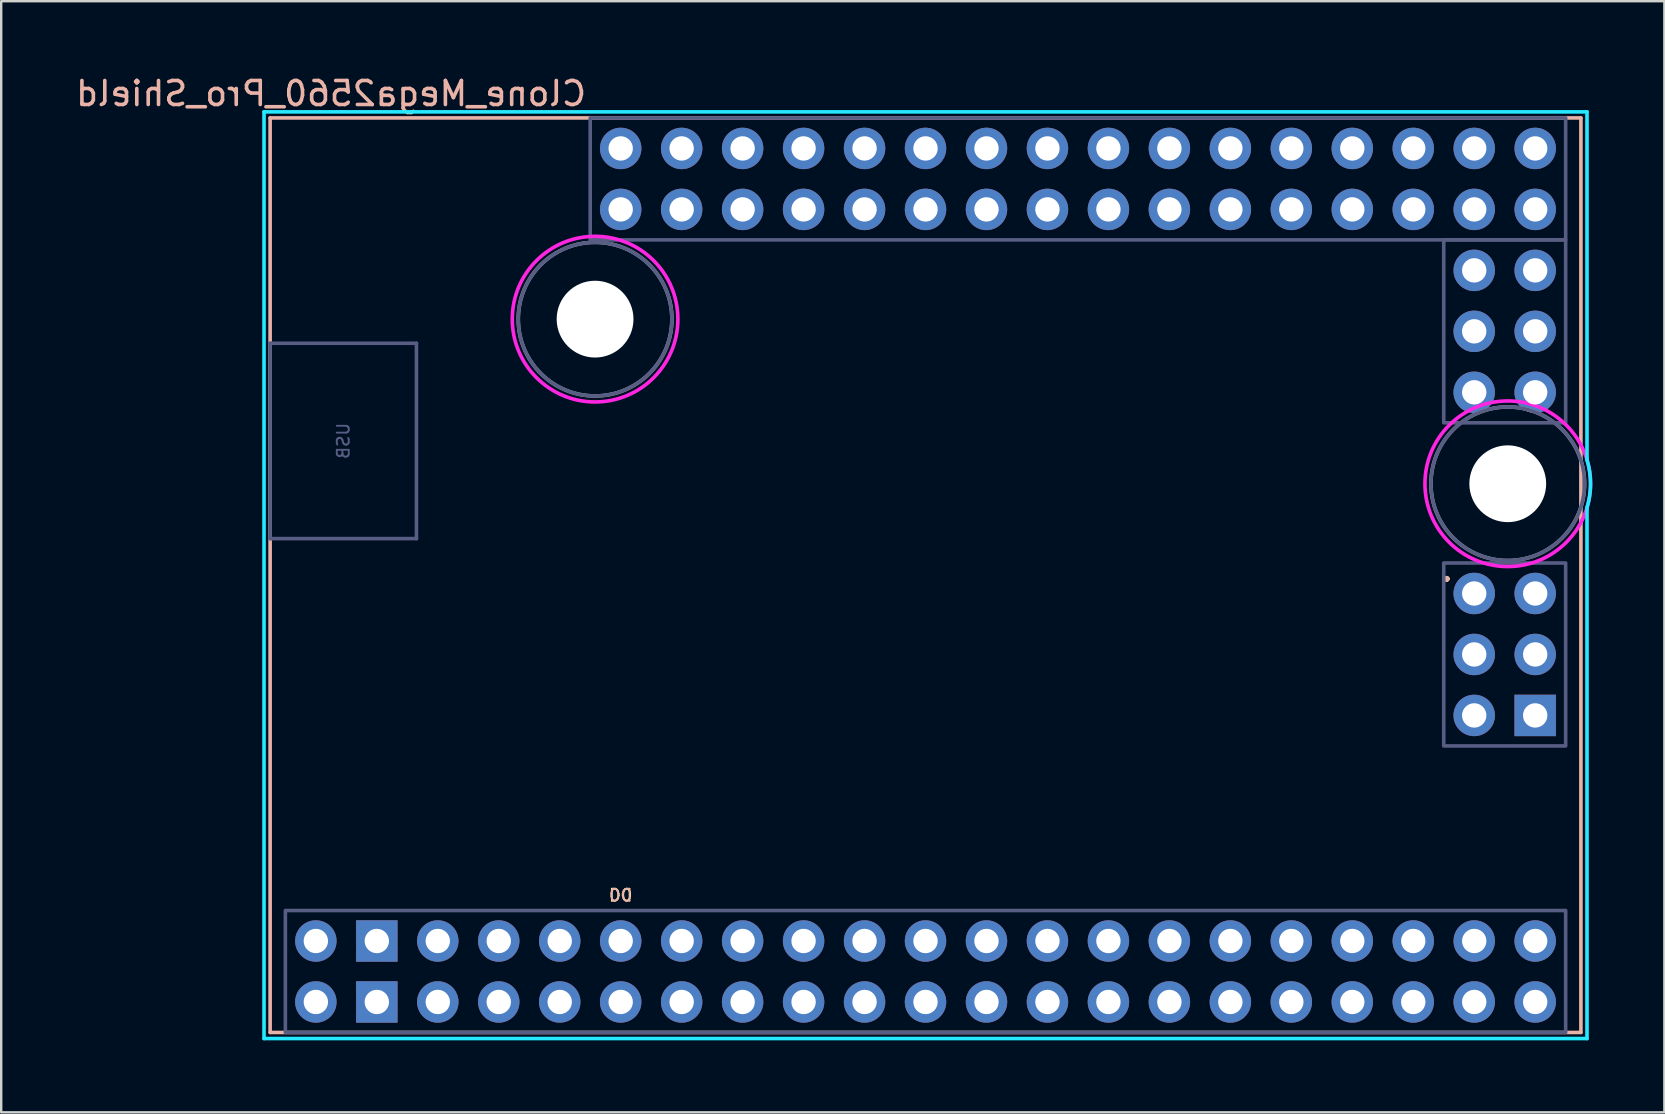
<source format=kicad_pcb>
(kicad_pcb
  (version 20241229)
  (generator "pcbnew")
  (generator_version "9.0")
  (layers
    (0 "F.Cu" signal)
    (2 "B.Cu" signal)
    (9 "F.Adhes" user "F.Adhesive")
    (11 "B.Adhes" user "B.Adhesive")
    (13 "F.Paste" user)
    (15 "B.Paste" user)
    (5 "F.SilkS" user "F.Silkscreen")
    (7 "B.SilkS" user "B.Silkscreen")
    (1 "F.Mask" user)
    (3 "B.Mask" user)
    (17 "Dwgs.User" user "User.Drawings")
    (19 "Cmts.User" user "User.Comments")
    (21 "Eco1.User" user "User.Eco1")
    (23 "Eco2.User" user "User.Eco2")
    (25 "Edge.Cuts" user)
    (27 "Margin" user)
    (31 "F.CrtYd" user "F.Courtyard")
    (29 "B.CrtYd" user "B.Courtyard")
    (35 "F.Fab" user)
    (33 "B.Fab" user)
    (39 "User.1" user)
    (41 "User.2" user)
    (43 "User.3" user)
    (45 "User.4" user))
  (footprint "Clone_Mega2560_Pro_Shield"
    (layer "F.Cu")
    (at 8.204 1.864)
    (property "Reference" "Clone_Mega2560_Pro_Shield" (at 2.54 -1.016 0) (layer "B.SilkS") (effects (font (size 1 1) (thickness 0.15)) (justify mirror)))
    (attr through_hole)
    (fp_line (start 0 0) (end 0 38.1) (stroke (width 0.15) (type solid)) (layer "B.SilkS"))
    (fp_line (start 0 0) (end 54.61 0) (stroke (width 0.15) (type solid)) (layer "B.SilkS"))
    (fp_line (start 0 38.1) (end 54.61 38.1) (stroke (width 0.15) (type solid)) (layer "B.SilkS"))
    (fp_line (start 54.61 0) (end 54.61 38.1) (stroke (width 0.15) (type solid)) (layer "B.SilkS"))
    (fp_line (start -0.254 38.354) (end -0.254 -0.254) (stroke (width 0.15) (type solid)) (layer "B.CrtYd"))
    (fp_line (start 54.864 -0.254) (end -0.254 -0.254) (stroke (width 0.15) (type solid)) (layer "B.CrtYd"))
    (fp_line (start 54.864 14.242) (end 54.864 -0.254) (stroke (width 0.15) (type solid)) (layer "B.CrtYd"))
    (fp_line (start 54.864 38.354) (end -0.254 38.354) (stroke (width 0.15) (type solid)) (layer "B.CrtYd"))
    (fp_line (start 54.864 38.354) (end 54.864 16.237) (stroke (width 0.15) (type solid)) (layer "B.CrtYd"))
    (fp_arc (start 54.864 14.242) (mid 55.011742 15.2395) (end 54.864 16.237) (stroke (width 0.15) (type solid)) (layer "B.CrtYd"))
    (fp_circle (center 13.538 8.382) (end 16.988 8.382) (stroke (width 0.15) (type solid)) (fill no) (layer "F.CrtYd"))
    (fp_circle (center 51.562 15.24) (end 55.012 15.24) (stroke (width 0.15) (type solid)) (fill no) (layer "F.CrtYd"))
    (fp_line (start 0 9.386) (end 6.096 9.386) (stroke (width 0.15) (type solid)) (layer "B.Fab"))
    (fp_line (start 0 17.526) (end 0 9.386) (stroke (width 0.15) (type solid)) (layer "B.Fab"))
    (fp_line (start 6.096 17.526) (end 0 17.526) (stroke (width 0.15) (type solid)) (layer "B.Fab"))
    (fp_line (start 6.096 17.526) (end 6.096 9.386) (stroke (width 0.15) (type solid)) (layer "B.Fab"))
    (fp_rect (start 0.635 33.02) (end 53.975 38.1) (stroke (width 0.15) (type solid)) (fill no) (layer "B.Fab"))
    (fp_rect (start 13.335 0) (end 53.975 5.08) (stroke (width 0.15) (type solid)) (fill no) (layer "B.Fab"))
    (fp_rect (start 48.895 5.08) (end 53.975 12.7) (stroke (width 0.15) (type solid)) (fill no) (layer "B.Fab"))
    (fp_rect (start 48.895 18.542) (end 53.975 26.162) (stroke (width 0.15) (type solid)) (fill no) (layer "B.Fab"))
    (fp_circle (center 13.538 8.382) (end 16.738 8.382) (stroke (width 0.15) (type solid)) (fill no) (layer "B.Fab"))
    (fp_circle (center 51.562 15.24) (end 54.762 15.24) (stroke (width 0.15) (type solid)) (fill no) (layer "B.Fab"))
    (fp_circle (center 13.538 8.382) (end 16.738 8.382) (stroke (width 0.15) (type solid)) (fill no) (layer "F.Fab"))
    (fp_circle (center 51.562 15.24) (end 54.762 15.24) (stroke (width 0.15) (type solid)) (fill no) (layer "F.Fab"))
    (fp_text user "." (at 49.022 18.796 0) (layer "F.SilkS") (effects (font (size 1 1) (thickness 0.15))))
    (fp_text user "D0" (at 14.605 32.385 0) (unlocked yes) (layer "F.SilkS") (effects (font (size 0.5 0.5) (thickness 0.075))))
    (fp_text user "D0" (at 14.605 32.385 0) (unlocked yes) (layer "B.SilkS") (effects (font (size 0.5 0.5) (thickness 0.075)) (justify mirror)))
    (fp_text user "." (at 49.022 18.796 0) (layer "B.SilkS") (effects (font (size 1 1) (thickness 0.15))))
    (fp_text user "USB" (at 3.048 13.456 270) (layer "B.Fab") (effects (font (size 0.5 0.5) (thickness 0.075)) (justify mirror)))
    (pad "" np_thru_hole circle (at 13.538 8.382) (size 3.2 3.2) (drill 3.2) (layers "*.Cu" "*.Mask"))
    (pad "" np_thru_hole circle (at 51.562 15.24) (size 3.2 3.2) (drill 3.2) (layers "*.Cu" "*.Mask"))
    (pad "3V31" thru_hole oval (at 9.525 34.29) (size 1.727 1.727) (drill 1.016) (layers "*.Cu" "*.Mask"))
    (pad "3V32" thru_hole oval (at 9.525 36.83) (size 1.727 1.727) (drill 1.016) (layers "*.Cu" "*.Mask"))
    (pad "5V1" thru_hole oval (at 6.985 34.29) (size 1.727 1.727) (drill 1.016) (layers "*.Cu" "*.Mask"))
    (pad "5V2" thru_hole oval (at 52.705 19.812) (size 1.727 1.727) (drill 1.016) (layers "*.Cu" "*.Mask"))
    (pad "5V3" thru_hole oval (at 6.985 36.83) (size 1.727 1.727) (drill 1.016) (layers "*.Cu" "*.Mask"))
    (pad "A0" thru_hole oval (at 14.605 1.27) (size 1.727 1.727) (drill 1.016) (layers "*.Cu" "*.Mask"))
    (pad "A1" thru_hole oval (at 14.605 3.81) (size 1.727 1.727) (drill 1.016) (layers "*.Cu" "*.Mask"))
    (pad "A2" thru_hole oval (at 17.145 1.27) (size 1.727 1.727) (drill 1.016) (layers "*.Cu" "*.Mask"))
    (pad "A3" thru_hole oval (at 17.145 3.81) (size 1.727 1.727) (drill 1.016) (layers "*.Cu" "*.Mask"))
    (pad "A4" thru_hole oval (at 19.685 1.27) (size 1.727 1.727) (drill 1.016) (layers "*.Cu" "*.Mask"))
    (pad "A5" thru_hole oval (at 19.685 3.81) (size 1.727 1.727) (drill 1.016) (layers "*.Cu" "*.Mask"))
    (pad "A6" thru_hole oval (at 22.225 1.27) (size 1.727 1.727) (drill 1.016) (layers "*.Cu" "*.Mask"))
    (pad "A7" thru_hole oval (at 22.225 3.81) (size 1.727 1.727) (drill 1.016) (layers "*.Cu" "*.Mask"))
    (pad "A8" thru_hole oval (at 24.765 1.27) (size 1.727 1.727) (drill 1.016) (layers "*.Cu" "*.Mask"))
    (pad "A9" thru_hole oval (at 24.765 3.81) (size 1.727 1.727) (drill 1.016) (layers "*.Cu" "*.Mask"))
    (pad "A10" thru_hole oval (at 27.305 1.27) (size 1.727 1.727) (drill 1.016) (layers "*.Cu" "*.Mask"))
    (pad "A11" thru_hole oval (at 27.305 3.81) (size 1.727 1.727) (drill 1.016) (layers "*.Cu" "*.Mask"))
    (pad "A12" thru_hole oval (at 29.845 1.27) (size 1.727 1.727) (drill 1.016) (layers "*.Cu" "*.Mask"))
    (pad "A13" thru_hole oval (at 29.845 3.81) (size 1.727 1.727) (drill 1.016) (layers "*.Cu" "*.Mask"))
    (pad "A14" thru_hole oval (at 32.385 1.27) (size 1.727 1.727) (drill 1.016) (layers "*.Cu" "*.Mask"))
    (pad "A15" thru_hole oval (at 32.385 3.81) (size 1.727 1.727) (drill 1.016) (layers "*.Cu" "*.Mask"))
    (pad "AREF" thru_hole oval (at 12.065 34.29) (size 1.727 1.727) (drill 1.016) (layers "*.Cu" "*.Mask"))
    (pad "D0" thru_hole oval (at 14.605 34.29) (size 1.727 1.727) (drill 1.016) (layers "*.Cu" "*.Mask"))
    (pad "D1" thru_hole oval (at 14.605 36.83) (size 1.727 1.727) (drill 1.016) (layers "*.Cu" "*.Mask"))
    (pad "D2" thru_hole oval (at 17.145 34.29) (size 1.727 1.727) (drill 1.016) (layers "*.Cu" "*.Mask"))
    (pad "D3" thru_hole oval (at 17.145 36.83) (size 1.727 1.727) (drill 1.016) (layers "*.Cu" "*.Mask"))
    (pad "D4" thru_hole oval (at 19.685 34.29) (size 1.727 1.727) (drill 1.016) (layers "*.Cu" "*.Mask"))
    (pad "D5" thru_hole oval (at 19.685 36.83) (size 1.727 1.727) (drill 1.016) (layers "*.Cu" "*.Mask"))
    (pad "D6" thru_hole oval (at 22.225 34.29) (size 1.727 1.727) (drill 1.016) (layers "*.Cu" "*.Mask"))
    (pad "D7" thru_hole oval (at 22.225 36.83) (size 1.727 1.727) (drill 1.016) (layers "*.Cu" "*.Mask"))
    (pad "D8" thru_hole oval (at 24.765 34.29) (size 1.727 1.727) (drill 1.016) (layers "*.Cu" "*.Mask"))
    (pad "D9" thru_hole oval (at 24.765 36.83) (size 1.727 1.727) (drill 1.016) (layers "*.Cu" "*.Mask"))
    (pad "D10" thru_hole oval (at 27.305 34.29) (size 1.727 1.727) (drill 1.016) (layers "*.Cu" "*.Mask"))
    (pad "D11" thru_hole oval (at 27.305 36.83) (size 1.727 1.727) (drill 1.016) (layers "*.Cu" "*.Mask"))
    (pad "D12" thru_hole oval (at 29.845 34.29) (size 1.727 1.727) (drill 1.016) (layers "*.Cu" "*.Mask"))
    (pad "D13" thru_hole oval (at 29.845 36.83) (size 1.727 1.727) (drill 1.016) (layers "*.Cu" "*.Mask"))
    (pad "D14" thru_hole oval (at 32.385 34.29) (size 1.727 1.727) (drill 1.016) (layers "*.Cu" "*.Mask"))
    (pad "D15" thru_hole oval (at 32.385 36.83) (size 1.727 1.727) (drill 1.016) (layers "*.Cu" "*.Mask"))
    (pad "D16" thru_hole oval (at 34.925 34.29) (size 1.727 1.727) (drill 1.016) (layers "*.Cu" "*.Mask"))
    (pad "D17" thru_hole oval (at 34.925 36.83) (size 1.727 1.727) (drill 1.016) (layers "*.Cu" "*.Mask"))
    (pad "D18" thru_hole oval (at 37.465 34.29) (size 1.727 1.727) (drill 1.016) (layers "*.Cu" "*.Mask"))
    (pad "D19" thru_hole oval (at 37.465 36.83) (size 1.727 1.727) (drill 1.016) (layers "*.Cu" "*.Mask"))
    (pad "D20" thru_hole oval (at 40.005 34.29) (size 1.727 1.727) (drill 1.016) (layers "*.Cu" "*.Mask"))
    (pad "D21" thru_hole oval (at 40.005 36.83) (size 1.727 1.727) (drill 1.016) (layers "*.Cu" "*.Mask"))
    (pad "D22" thru_hole oval (at 42.545 34.29) (size 1.727 1.727) (drill 1.016) (layers "*.Cu" "*.Mask"))
    (pad "D23" thru_hole oval (at 42.545 36.83) (size 1.727 1.727) (drill 1.016) (layers "*.Cu" "*.Mask"))
    (pad "D24" thru_hole oval (at 45.085 34.29) (size 1.727 1.727) (drill 1.016) (layers "*.Cu" "*.Mask"))
    (pad "D25" thru_hole oval (at 45.085 36.83) (size 1.727 1.727) (drill 1.016) (layers "*.Cu" "*.Mask"))
    (pad "D26" thru_hole oval (at 47.625 34.29) (size 1.727 1.727) (drill 1.016) (layers "*.Cu" "*.Mask"))
    (pad "D27" thru_hole oval (at 47.625 36.83) (size 1.727 1.727) (drill 1.016) (layers "*.Cu" "*.Mask"))
    (pad "D28" thru_hole oval (at 50.165 34.29) (size 1.727 1.727) (drill 1.016) (layers "*.Cu" "*.Mask"))
    (pad "D29" thru_hole oval (at 50.165 36.83) (size 1.727 1.727) (drill 1.016) (layers "*.Cu" "*.Mask"))
    (pad "D30" thru_hole oval (at 52.705 34.29) (size 1.727 1.727) (drill 1.016) (layers "*.Cu" "*.Mask"))
    (pad "D31" thru_hole oval (at 52.705 36.83) (size 1.727 1.727) (drill 1.016) (layers "*.Cu" "*.Mask"))
    (pad "D32" thru_hole oval (at 34.925 1.27) (size 1.727 1.727) (drill 1.016) (layers "*.Cu" "*.Mask"))
    (pad "D33" thru_hole oval (at 34.925 3.81) (size 1.727 1.727) (drill 1.016) (layers "*.Cu" "*.Mask"))
    (pad "D34" thru_hole oval (at 37.465 1.27) (size 1.727 1.727) (drill 1.016) (layers "*.Cu" "*.Mask"))
    (pad "D35" thru_hole oval (at 37.465 3.81) (size 1.727 1.727) (drill 1.016) (layers "*.Cu" "*.Mask"))
    (pad "D36" thru_hole oval (at 40.005 1.27) (size 1.727 1.727) (drill 1.016) (layers "*.Cu" "*.Mask"))
    (pad "D37" thru_hole oval (at 40.005 3.81) (size 1.727 1.727) (drill 1.016) (layers "*.Cu" "*.Mask"))
    (pad "D38" thru_hole oval (at 42.545 1.27) (size 1.727 1.727) (drill 1.016) (layers "*.Cu" "*.Mask"))
    (pad "D39" thru_hole oval (at 42.545 3.81) (size 1.727 1.727) (drill 1.016) (layers "*.Cu" "*.Mask"))
    (pad "D40" thru_hole oval (at 45.085 1.27) (size 1.727 1.727) (drill 1.016) (layers "*.Cu" "*.Mask"))
    (pad "D41" thru_hole oval (at 45.085 3.81) (size 1.727 1.727) (drill 1.016) (layers "*.Cu" "*.Mask"))
    (pad "D42" thru_hole oval (at 47.625 1.27) (size 1.727 1.727) (drill 1.016) (layers "*.Cu" "*.Mask"))
    (pad "D43" thru_hole oval (at 47.625 3.81) (size 1.727 1.727) (drill 1.016) (layers "*.Cu" "*.Mask"))
    (pad "D44" thru_hole oval (at 50.165 1.27) (size 1.727 1.727) (drill 1.016) (layers "*.Cu" "*.Mask"))
    (pad "D45" thru_hole oval (at 50.165 3.81) (size 1.727 1.727) (drill 1.016) (layers "*.Cu" "*.Mask"))
    (pad "D46" thru_hole oval (at 52.705 1.27) (size 1.727 1.727) (drill 1.016) (layers "*.Cu" "*.Mask"))
    (pad "D47" thru_hole oval (at 52.705 3.81) (size 1.727 1.727) (drill 1.016) (layers "*.Cu" "*.Mask"))
    (pad "D48" thru_hole oval (at 52.705 6.35) (size 1.727 1.727) (drill 1.016) (layers "*.Cu" "*.Mask"))
    (pad "D49" thru_hole oval (at 50.165 6.35) (size 1.727 1.727) (drill 1.016) (layers "*.Cu" "*.Mask"))
    (pad "D50" thru_hole oval (at 52.705 8.89) (size 1.727 1.727) (drill 1.016) (layers "*.Cu" "*.Mask"))
    (pad "D51" thru_hole oval (at 50.165 8.89) (size 1.727 1.727) (drill 1.016) (layers "*.Cu" "*.Mask"))
    (pad "D52" thru_hole oval (at 52.705 11.43) (size 1.727 1.727) (drill 1.016) (layers "*.Cu" "*.Mask"))
    (pad "D53" thru_hole oval (at 50.165 11.43) (size 1.727 1.727) (drill 1.016) (layers "*.Cu" "*.Mask"))
    (pad "GND1" thru_hole rect (at 4.445 34.29) (size 1.727 1.727) (drill 1.016) (layers "*.Cu" "*.Mask"))
    (pad "GND2" thru_hole rect (at 4.445 36.83) (size 1.727 1.727) (drill 1.016) (layers "*.Cu" "*.Mask"))
    (pad "GND4" thru_hole rect (at 52.705 24.892) (size 1.727 1.727) (drill 1.016) (layers "*.Cu" "*.Mask"))
    (pad "MISO" thru_hole oval (at 50.165 19.812) (size 1.727 1.727) (drill 1.016) (layers "*.Cu" "*.Mask"))
    (pad "MOSI" thru_hole oval (at 52.705 22.352) (size 1.727 1.727) (drill 1.016) (layers "*.Cu" "*.Mask"))
    (pad "RST1" thru_hole oval (at 12.065 36.83) (size 1.727 1.727) (drill 1.016) (layers "*.Cu" "*.Mask"))
    (pad "RST2" thru_hole oval (at 50.165 24.892) (size 1.727 1.727) (drill 1.016) (layers "*.Cu" "*.Mask"))
    (pad "SCK" thru_hole oval (at 50.165 22.352) (size 1.727 1.727) (drill 1.016) (layers "*.Cu" "*.Mask"))
    (pad "VIN1" thru_hole oval (at 1.905 34.29) (size 1.727 1.727) (drill 1.016) (layers "*.Cu" "*.Mask"))
    (pad "VIN2" thru_hole oval (at 1.905 36.83) (size 1.727 1.727) (drill 1.016) (layers "*.Cu" "*.Mask")))
  (gr_rect
    (start -3 -3)
    (end 66.291 43.293)
    (stroke (width 0.1) (type default))
    (fill no)
    (layer "Edge.Cuts")))
</source>
